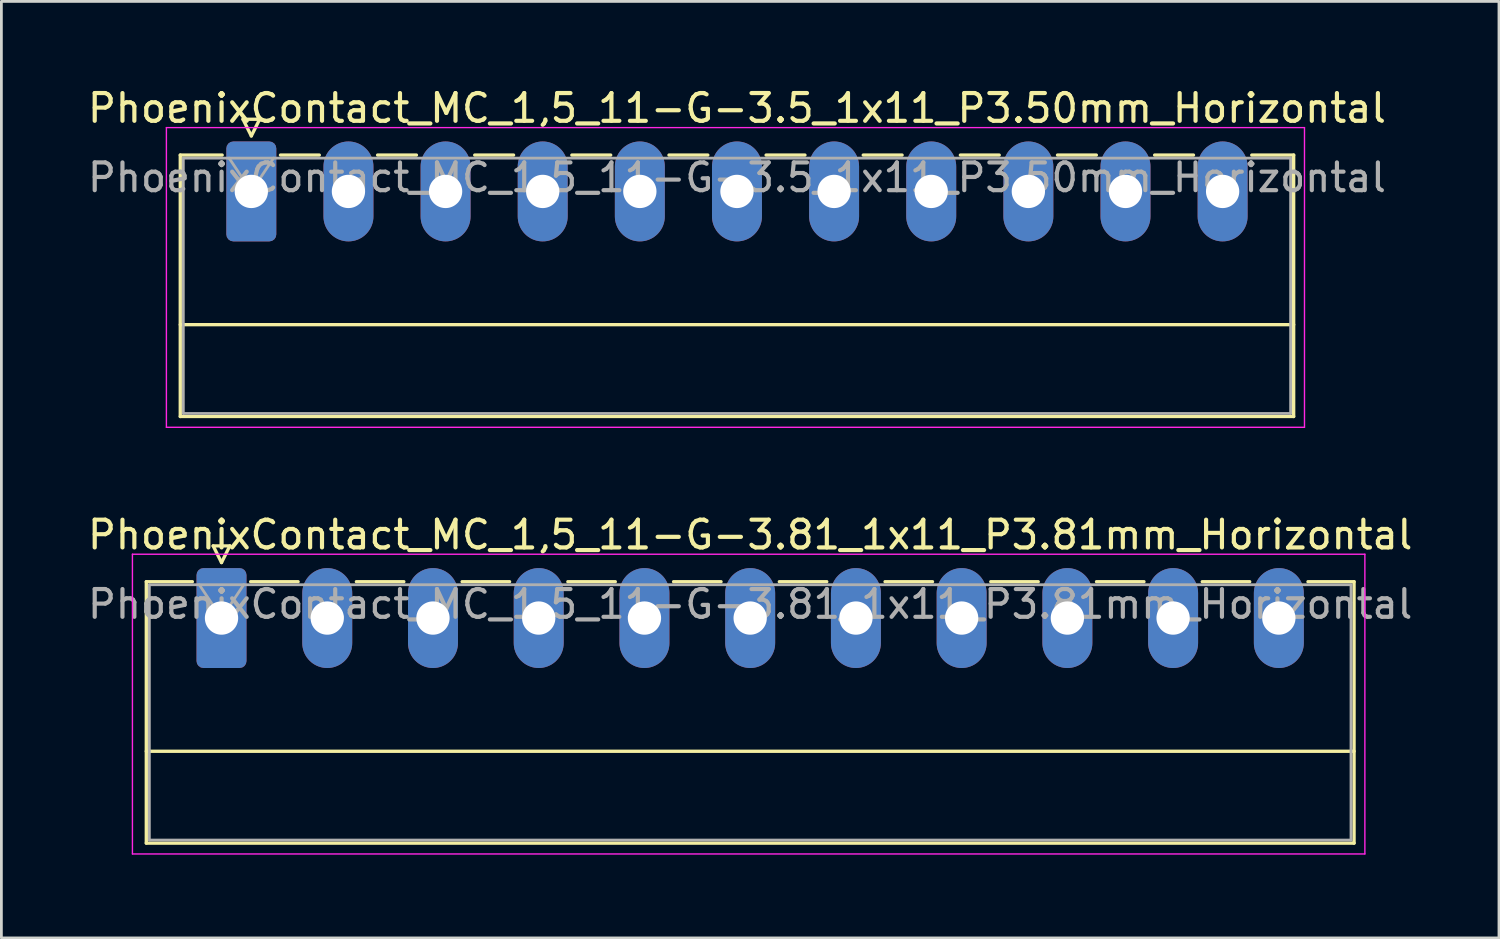
<source format=kicad_pcb>
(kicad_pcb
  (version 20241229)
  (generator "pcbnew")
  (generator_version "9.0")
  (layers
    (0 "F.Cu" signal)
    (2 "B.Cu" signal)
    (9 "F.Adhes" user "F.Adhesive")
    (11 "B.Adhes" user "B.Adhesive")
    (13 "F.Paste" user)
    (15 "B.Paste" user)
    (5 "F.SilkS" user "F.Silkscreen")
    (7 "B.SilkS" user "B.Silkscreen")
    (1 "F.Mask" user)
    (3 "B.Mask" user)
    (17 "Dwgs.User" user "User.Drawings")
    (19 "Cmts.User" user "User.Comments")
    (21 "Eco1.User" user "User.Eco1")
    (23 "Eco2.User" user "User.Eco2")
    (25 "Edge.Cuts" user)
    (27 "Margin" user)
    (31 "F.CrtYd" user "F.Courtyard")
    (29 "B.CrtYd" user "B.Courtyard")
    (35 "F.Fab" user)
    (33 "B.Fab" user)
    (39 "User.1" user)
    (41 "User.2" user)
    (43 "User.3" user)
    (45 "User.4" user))
  (footprint "PhoenixContact_MC_1,5_11-G-3.5_1x11_P3.50mm_Horizontal"
    (layer "F.Cu")
    (at 6.006 3.848)
    (property "Reference" "PhoenixContact_MC_1,5_11-G-3.5_1x11_P3.50mm_Horizontal" (at 17.5 -3 0) (layer "F.SilkS") (effects (font (size 1 1) (thickness 0.15))))
    (attr through_hole)
    (fp_line (start -2.56 -1.31) (end -2.56 8.11) (stroke (width 0.12) (type solid)) (layer "F.SilkS"))
    (fp_line (start -2.56 -1.31) (end -1.05 -1.31) (stroke (width 0.12) (type solid)) (layer "F.SilkS"))
    (fp_line (start -2.56 4.8) (end 37.56 4.8) (stroke (width 0.12) (type solid)) (layer "F.SilkS"))
    (fp_line (start -2.56 8.11) (end 37.56 8.11) (stroke (width 0.12) (type solid)) (layer "F.SilkS"))
    (fp_line (start -0.3 -2.6) (end 0.3 -2.6) (stroke (width 0.12) (type solid)) (layer "F.SilkS"))
    (fp_line (start 0 -2) (end -0.3 -2.6) (stroke (width 0.12) (type solid)) (layer "F.SilkS"))
    (fp_line (start 0.3 -2.6) (end 0 -2) (stroke (width 0.12) (type solid)) (layer "F.SilkS"))
    (fp_line (start 1.05 -1.31) (end 2.45 -1.31) (stroke (width 0.12) (type solid)) (layer "F.SilkS"))
    (fp_line (start 4.55 -1.31) (end 5.95 -1.31) (stroke (width 0.12) (type solid)) (layer "F.SilkS"))
    (fp_line (start 8.05 -1.31) (end 9.45 -1.31) (stroke (width 0.12) (type solid)) (layer "F.SilkS"))
    (fp_line (start 11.55 -1.31) (end 12.95 -1.31) (stroke (width 0.12) (type solid)) (layer "F.SilkS"))
    (fp_line (start 15.05 -1.31) (end 16.45 -1.31) (stroke (width 0.12) (type solid)) (layer "F.SilkS"))
    (fp_line (start 18.55 -1.31) (end 19.95 -1.31) (stroke (width 0.12) (type solid)) (layer "F.SilkS"))
    (fp_line (start 22.05 -1.31) (end 23.45 -1.31) (stroke (width 0.12) (type solid)) (layer "F.SilkS"))
    (fp_line (start 25.55 -1.31) (end 26.95 -1.31) (stroke (width 0.12) (type solid)) (layer "F.SilkS"))
    (fp_line (start 29.05 -1.31) (end 30.45 -1.31) (stroke (width 0.12) (type solid)) (layer "F.SilkS"))
    (fp_line (start 32.55 -1.31) (end 33.95 -1.31) (stroke (width 0.12) (type solid)) (layer "F.SilkS"))
    (fp_line (start 37.56 -1.31) (end 36.05 -1.31) (stroke (width 0.12) (type solid)) (layer "F.SilkS"))
    (fp_line (start 37.56 8.11) (end 37.56 -1.31) (stroke (width 0.12) (type solid)) (layer "F.SilkS"))
    (fp_line (start -3.06 -2.3) (end -3.06 8.5) (stroke (width 0.05) (type solid)) (layer "F.CrtYd"))
    (fp_line (start -3.06 8.5) (end 37.95 8.5) (stroke (width 0.05) (type solid)) (layer "F.CrtYd"))
    (fp_line (start 37.95 -2.3) (end -3.06 -2.3) (stroke (width 0.05) (type solid)) (layer "F.CrtYd"))
    (fp_line (start 37.95 8.5) (end 37.95 -2.3) (stroke (width 0.05) (type solid)) (layer "F.CrtYd"))
    (fp_line (start -2.45 -1.2) (end -2.45 8) (stroke (width 0.1) (type solid)) (layer "F.Fab"))
    (fp_line (start -2.45 8) (end 37.45 8) (stroke (width 0.1) (type solid)) (layer "F.Fab"))
    (fp_line (start 0 0) (end -0.8 -1.2) (stroke (width 0.1) (type solid)) (layer "F.Fab"))
    (fp_line (start 0.8 -1.2) (end 0 0) (stroke (width 0.1) (type solid)) (layer "F.Fab"))
    (fp_line (start 37.45 -1.2) (end -2.45 -1.2) (stroke (width 0.1) (type solid)) (layer "F.Fab"))
    (fp_line (start 37.45 8) (end 37.45 -1.2) (stroke (width 0.1) (type solid)) (layer "F.Fab"))
    (fp_text user "${REFERENCE}" (at 17.5 -0.5 0) (layer "F.Fab") (effects (font (size 1 1) (thickness 0.15))))
    (pad "1" thru_hole roundrect (at 0 0) (size 1.8 3.6) (drill 1.2) (layers "*.Cu" "*.Mask") (roundrect_rratio 0.139))
    (pad "2" thru_hole oval (at 3.5 0) (size 1.8 3.6) (drill 1.2) (layers "*.Cu" "*.Mask"))
    (pad "3" thru_hole oval (at 7 0) (size 1.8 3.6) (drill 1.2) (layers "*.Cu" "*.Mask"))
    (pad "4" thru_hole oval (at 10.5 0) (size 1.8 3.6) (drill 1.2) (layers "*.Cu" "*.Mask"))
    (pad "5" thru_hole oval (at 14 0) (size 1.8 3.6) (drill 1.2) (layers "*.Cu" "*.Mask"))
    (pad "6" thru_hole oval (at 17.5 0) (size 1.8 3.6) (drill 1.2) (layers "*.Cu" "*.Mask"))
    (pad "7" thru_hole oval (at 21 0) (size 1.8 3.6) (drill 1.2) (layers "*.Cu" "*.Mask"))
    (pad "8" thru_hole oval (at 24.5 0) (size 1.8 3.6) (drill 1.2) (layers "*.Cu" "*.Mask"))
    (pad "9" thru_hole oval (at 28 0) (size 1.8 3.6) (drill 1.2) (layers "*.Cu" "*.Mask"))
    (pad "10" thru_hole oval (at 31.5 0) (size 1.8 3.6) (drill 1.2) (layers "*.Cu" "*.Mask"))
    (pad "11" thru_hole oval (at 35 0) (size 1.8 3.6) (drill 1.2) (layers "*.Cu" "*.Mask")))
  (footprint "PhoenixContact_MC_1,5_11-G-3.81_1x11_P3.81mm_Horizontal"
    (layer "F.Cu")
    (at 4.932 19.221)
    (property "Reference" "PhoenixContact_MC_1,5_11-G-3.81_1x11_P3.81mm_Horizontal" (at 19.05 -3 0) (layer "F.SilkS") (effects (font (size 1 1) (thickness 0.15))))
    (attr through_hole)
    (fp_line (start -2.71 -1.31) (end -2.71 8.11) (stroke (width 0.12) (type solid)) (layer "F.SilkS"))
    (fp_line (start -2.71 -1.31) (end -1.05 -1.31) (stroke (width 0.12) (type solid)) (layer "F.SilkS"))
    (fp_line (start -2.71 4.8) (end 40.81 4.8) (stroke (width 0.12) (type solid)) (layer "F.SilkS"))
    (fp_line (start -2.71 8.11) (end 40.81 8.11) (stroke (width 0.12) (type solid)) (layer "F.SilkS"))
    (fp_line (start -0.3 -2.6) (end 0.3 -2.6) (stroke (width 0.12) (type solid)) (layer "F.SilkS"))
    (fp_line (start 0 -2) (end -0.3 -2.6) (stroke (width 0.12) (type solid)) (layer "F.SilkS"))
    (fp_line (start 0.3 -2.6) (end 0 -2) (stroke (width 0.12) (type solid)) (layer "F.SilkS"))
    (fp_line (start 1.05 -1.31) (end 2.76 -1.31) (stroke (width 0.12) (type solid)) (layer "F.SilkS"))
    (fp_line (start 4.86 -1.31) (end 6.57 -1.31) (stroke (width 0.12) (type solid)) (layer "F.SilkS"))
    (fp_line (start 8.67 -1.31) (end 10.38 -1.31) (stroke (width 0.12) (type solid)) (layer "F.SilkS"))
    (fp_line (start 12.48 -1.31) (end 14.19 -1.31) (stroke (width 0.12) (type solid)) (layer "F.SilkS"))
    (fp_line (start 16.29 -1.31) (end 18 -1.31) (stroke (width 0.12) (type solid)) (layer "F.SilkS"))
    (fp_line (start 20.1 -1.31) (end 21.81 -1.31) (stroke (width 0.12) (type solid)) (layer "F.SilkS"))
    (fp_line (start 23.91 -1.31) (end 25.62 -1.31) (stroke (width 0.12) (type solid)) (layer "F.SilkS"))
    (fp_line (start 27.72 -1.31) (end 29.43 -1.31) (stroke (width 0.12) (type solid)) (layer "F.SilkS"))
    (fp_line (start 31.53 -1.31) (end 33.24 -1.31) (stroke (width 0.12) (type solid)) (layer "F.SilkS"))
    (fp_line (start 35.34 -1.31) (end 37.05 -1.31) (stroke (width 0.12) (type solid)) (layer "F.SilkS"))
    (fp_line (start 40.81 -1.31) (end 39.15 -1.31) (stroke (width 0.12) (type solid)) (layer "F.SilkS"))
    (fp_line (start 40.81 8.11) (end 40.81 -1.31) (stroke (width 0.12) (type solid)) (layer "F.SilkS"))
    (fp_line (start -3.21 -2.3) (end -3.21 8.5) (stroke (width 0.05) (type solid)) (layer "F.CrtYd"))
    (fp_line (start -3.21 8.5) (end 41.2 8.5) (stroke (width 0.05) (type solid)) (layer "F.CrtYd"))
    (fp_line (start 41.2 -2.3) (end -3.21 -2.3) (stroke (width 0.05) (type solid)) (layer "F.CrtYd"))
    (fp_line (start 41.2 8.5) (end 41.2 -2.3) (stroke (width 0.05) (type solid)) (layer "F.CrtYd"))
    (fp_line (start -2.6 -1.2) (end -2.6 8) (stroke (width 0.1) (type solid)) (layer "F.Fab"))
    (fp_line (start -2.6 8) (end 40.7 8) (stroke (width 0.1) (type solid)) (layer "F.Fab"))
    (fp_line (start 0 0) (end -0.8 -1.2) (stroke (width 0.1) (type solid)) (layer "F.Fab"))
    (fp_line (start 0.8 -1.2) (end 0 0) (stroke (width 0.1) (type solid)) (layer "F.Fab"))
    (fp_line (start 40.7 -1.2) (end -2.6 -1.2) (stroke (width 0.1) (type solid)) (layer "F.Fab"))
    (fp_line (start 40.7 8) (end 40.7 -1.2) (stroke (width 0.1) (type solid)) (layer "F.Fab"))
    (fp_text user "${REFERENCE}" (at 19.05 -0.5 0) (layer "F.Fab") (effects (font (size 1 1) (thickness 0.15))))
    (pad "1" thru_hole roundrect (at 0 0) (size 1.8 3.6) (drill 1.2) (layers "*.Cu" "*.Mask") (roundrect_rratio 0.139))
    (pad "2" thru_hole oval (at 3.81 0) (size 1.8 3.6) (drill 1.2) (layers "*.Cu" "*.Mask"))
    (pad "3" thru_hole oval (at 7.62 0) (size 1.8 3.6) (drill 1.2) (layers "*.Cu" "*.Mask"))
    (pad "4" thru_hole oval (at 11.43 0) (size 1.8 3.6) (drill 1.2) (layers "*.Cu" "*.Mask"))
    (pad "5" thru_hole oval (at 15.24 0) (size 1.8 3.6) (drill 1.2) (layers "*.Cu" "*.Mask"))
    (pad "6" thru_hole oval (at 19.05 0) (size 1.8 3.6) (drill 1.2) (layers "*.Cu" "*.Mask"))
    (pad "7" thru_hole oval (at 22.86 0) (size 1.8 3.6) (drill 1.2) (layers "*.Cu" "*.Mask"))
    (pad "8" thru_hole oval (at 26.67 0) (size 1.8 3.6) (drill 1.2) (layers "*.Cu" "*.Mask"))
    (pad "9" thru_hole oval (at 30.48 0) (size 1.8 3.6) (drill 1.2) (layers "*.Cu" "*.Mask"))
    (pad "10" thru_hole oval (at 34.29 0) (size 1.8 3.6) (drill 1.2) (layers "*.Cu" "*.Mask"))
    (pad "11" thru_hole oval (at 38.1 0) (size 1.8 3.6) (drill 1.2) (layers "*.Cu" "*.Mask")))
  (gr_rect
    (start -3 -3)
    (end 50.964 30.747)
    (stroke (width 0.1) (type default))
    (fill no)
    (layer "Edge.Cuts")))
</source>
